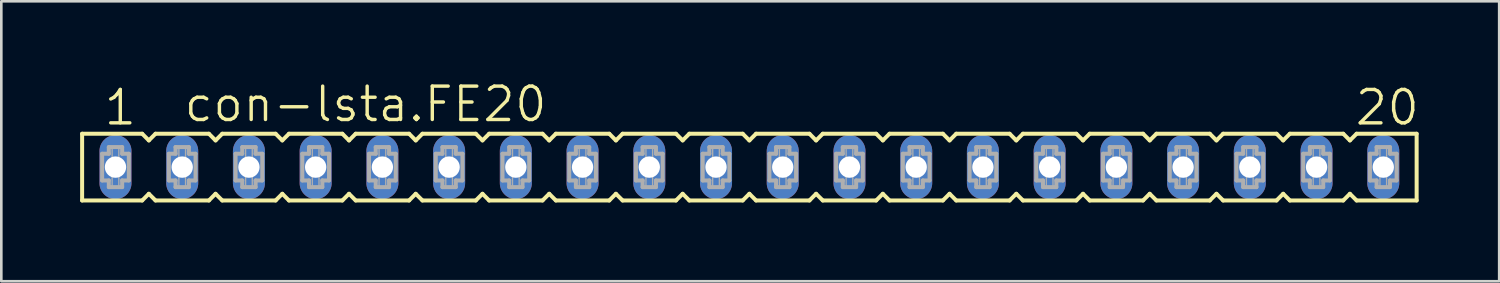
<source format=kicad_pcb>
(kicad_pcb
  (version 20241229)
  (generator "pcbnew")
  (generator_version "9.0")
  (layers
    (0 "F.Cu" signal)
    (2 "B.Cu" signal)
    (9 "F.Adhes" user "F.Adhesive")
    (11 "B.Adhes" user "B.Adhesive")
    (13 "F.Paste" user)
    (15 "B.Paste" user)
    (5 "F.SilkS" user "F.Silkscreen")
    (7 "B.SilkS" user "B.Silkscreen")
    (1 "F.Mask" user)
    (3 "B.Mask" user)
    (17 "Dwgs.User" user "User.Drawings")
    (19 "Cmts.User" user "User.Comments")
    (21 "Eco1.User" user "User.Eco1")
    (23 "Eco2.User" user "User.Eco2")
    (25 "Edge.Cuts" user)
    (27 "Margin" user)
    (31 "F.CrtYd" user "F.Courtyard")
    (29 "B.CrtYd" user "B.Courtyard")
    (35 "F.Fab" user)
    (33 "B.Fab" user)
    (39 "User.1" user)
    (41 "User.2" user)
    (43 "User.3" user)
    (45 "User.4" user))
  (footprint "con-lsta.FE20"
    (layer "F.Cu")
    (at 25.476 3.311)
    (property "Reference" "con-lsta.FE20" (at -21.59 -1.651 0) (layer "F.SilkS") (effects (font (size 1.27 1.27) (thickness 0.13)) (justify left bottom)))
    (attr through_hole)
    (fp_line (start -25.4 -1.27) (end -25.4 1.27) (stroke (width 0.152) (type default)) (layer "F.SilkS"))
    (fp_line (start -25.4 1.27) (end -23.114 1.27) (stroke (width 0.152) (type default)) (layer "F.SilkS"))
    (fp_line (start -23.114 -1.27) (end -25.4 -1.27) (stroke (width 0.152) (type default)) (layer "F.SilkS"))
    (fp_line (start -23.114 1.27) (end -22.86 1.016) (stroke (width 0.152) (type default)) (layer "F.SilkS"))
    (fp_line (start -22.86 -1.016) (end -23.114 -1.27) (stroke (width 0.152) (type default)) (layer "F.SilkS"))
    (fp_line (start -22.86 1.016) (end -22.606 1.27) (stroke (width 0.152) (type default)) (layer "F.SilkS"))
    (fp_line (start -22.606 -1.27) (end -22.86 -1.016) (stroke (width 0.152) (type default)) (layer "F.SilkS"))
    (fp_line (start -22.606 1.27) (end -20.574 1.27) (stroke (width 0.152) (type default)) (layer "F.SilkS"))
    (fp_line (start -20.574 -1.27) (end -22.606 -1.27) (stroke (width 0.152) (type default)) (layer "F.SilkS"))
    (fp_line (start -20.574 1.27) (end -20.32 1.016) (stroke (width 0.152) (type default)) (layer "F.SilkS"))
    (fp_line (start -20.32 -1.016) (end -20.574 -1.27) (stroke (width 0.152) (type default)) (layer "F.SilkS"))
    (fp_line (start -20.32 1.016) (end -20.066 1.27) (stroke (width 0.152) (type default)) (layer "F.SilkS"))
    (fp_line (start -20.066 -1.27) (end -20.32 -1.016) (stroke (width 0.152) (type default)) (layer "F.SilkS"))
    (fp_line (start -20.066 1.27) (end -18.034 1.27) (stroke (width 0.152) (type default)) (layer "F.SilkS"))
    (fp_line (start -18.034 -1.27) (end -20.066 -1.27) (stroke (width 0.152) (type default)) (layer "F.SilkS"))
    (fp_line (start -18.034 1.27) (end -17.78 1.016) (stroke (width 0.152) (type default)) (layer "F.SilkS"))
    (fp_line (start -17.78 -1.016) (end -18.034 -1.27) (stroke (width 0.152) (type default)) (layer "F.SilkS"))
    (fp_line (start -17.78 1.016) (end -17.526 1.27) (stroke (width 0.152) (type default)) (layer "F.SilkS"))
    (fp_line (start -17.526 -1.27) (end -17.78 -1.016) (stroke (width 0.152) (type default)) (layer "F.SilkS"))
    (fp_line (start -17.526 1.27) (end -15.494 1.27) (stroke (width 0.152) (type default)) (layer "F.SilkS"))
    (fp_line (start -15.494 -1.27) (end -17.526 -1.27) (stroke (width 0.152) (type default)) (layer "F.SilkS"))
    (fp_line (start -15.494 1.27) (end -15.24 1.016) (stroke (width 0.152) (type default)) (layer "F.SilkS"))
    (fp_line (start -15.24 -1.016) (end -15.494 -1.27) (stroke (width 0.152) (type default)) (layer "F.SilkS"))
    (fp_line (start -15.24 1.016) (end -14.986 1.27) (stroke (width 0.152) (type default)) (layer "F.SilkS"))
    (fp_line (start -14.986 -1.27) (end -15.24 -1.016) (stroke (width 0.152) (type default)) (layer "F.SilkS"))
    (fp_line (start -14.986 1.27) (end -12.954 1.27) (stroke (width 0.152) (type default)) (layer "F.SilkS"))
    (fp_line (start -12.954 -1.27) (end -14.986 -1.27) (stroke (width 0.152) (type default)) (layer "F.SilkS"))
    (fp_line (start -12.954 1.27) (end -12.7 1.016) (stroke (width 0.152) (type default)) (layer "F.SilkS"))
    (fp_line (start -12.7 -1.016) (end -12.954 -1.27) (stroke (width 0.152) (type default)) (layer "F.SilkS"))
    (fp_line (start -12.7 1.016) (end -12.446 1.27) (stroke (width 0.152) (type default)) (layer "F.SilkS"))
    (fp_line (start -12.446 -1.27) (end -12.7 -1.016) (stroke (width 0.152) (type default)) (layer "F.SilkS"))
    (fp_line (start -12.446 1.27) (end -10.414 1.27) (stroke (width 0.152) (type default)) (layer "F.SilkS"))
    (fp_line (start -10.414 -1.27) (end -12.446 -1.27) (stroke (width 0.152) (type default)) (layer "F.SilkS"))
    (fp_line (start -10.414 1.27) (end -10.16 1.016) (stroke (width 0.152) (type default)) (layer "F.SilkS"))
    (fp_line (start -10.16 -1.016) (end -10.414 -1.27) (stroke (width 0.152) (type default)) (layer "F.SilkS"))
    (fp_line (start -10.16 1.016) (end -9.906 1.27) (stroke (width 0.152) (type default)) (layer "F.SilkS"))
    (fp_line (start -9.906 -1.27) (end -10.16 -1.016) (stroke (width 0.152) (type default)) (layer "F.SilkS"))
    (fp_line (start -9.906 1.27) (end -7.874 1.27) (stroke (width 0.152) (type default)) (layer "F.SilkS"))
    (fp_line (start -7.874 -1.27) (end -9.906 -1.27) (stroke (width 0.152) (type default)) (layer "F.SilkS"))
    (fp_line (start -7.874 1.27) (end -7.62 1.016) (stroke (width 0.152) (type default)) (layer "F.SilkS"))
    (fp_line (start -7.62 -1.016) (end -7.874 -1.27) (stroke (width 0.152) (type default)) (layer "F.SilkS"))
    (fp_line (start -7.62 1.016) (end -7.366 1.27) (stroke (width 0.152) (type default)) (layer "F.SilkS"))
    (fp_line (start -7.366 -1.27) (end -7.62 -1.016) (stroke (width 0.152) (type default)) (layer "F.SilkS"))
    (fp_line (start -7.366 1.27) (end -5.334 1.27) (stroke (width 0.152) (type default)) (layer "F.SilkS"))
    (fp_line (start -5.334 -1.27) (end -7.366 -1.27) (stroke (width 0.152) (type default)) (layer "F.SilkS"))
    (fp_line (start -5.334 1.27) (end -5.08 1.016) (stroke (width 0.152) (type default)) (layer "F.SilkS"))
    (fp_line (start -5.08 -1.016) (end -5.334 -1.27) (stroke (width 0.152) (type default)) (layer "F.SilkS"))
    (fp_line (start -5.08 1.016) (end -4.826 1.27) (stroke (width 0.152) (type default)) (layer "F.SilkS"))
    (fp_line (start -4.826 -1.27) (end -5.08 -1.016) (stroke (width 0.152) (type default)) (layer "F.SilkS"))
    (fp_line (start -4.826 1.27) (end -2.794 1.27) (stroke (width 0.152) (type default)) (layer "F.SilkS"))
    (fp_line (start -2.794 -1.27) (end -4.826 -1.27) (stroke (width 0.152) (type default)) (layer "F.SilkS"))
    (fp_line (start -2.794 1.27) (end -2.54 1.016) (stroke (width 0.152) (type default)) (layer "F.SilkS"))
    (fp_line (start -2.54 -1.016) (end -2.794 -1.27) (stroke (width 0.152) (type default)) (layer "F.SilkS"))
    (fp_line (start -2.54 1.016) (end -2.286 1.27) (stroke (width 0.152) (type default)) (layer "F.SilkS"))
    (fp_line (start -2.286 -1.27) (end -2.54 -1.016) (stroke (width 0.152) (type default)) (layer "F.SilkS"))
    (fp_line (start -2.286 1.27) (end -0.254 1.27) (stroke (width 0.152) (type default)) (layer "F.SilkS"))
    (fp_line (start -0.254 -1.27) (end -2.286 -1.27) (stroke (width 0.152) (type default)) (layer "F.SilkS"))
    (fp_line (start -0.254 1.27) (end 0 1.016) (stroke (width 0.152) (type default)) (layer "F.SilkS"))
    (fp_line (start 0 -1.016) (end -0.254 -1.27) (stroke (width 0.152) (type default)) (layer "F.SilkS"))
    (fp_line (start 0 1.016) (end 0.254 1.27) (stroke (width 0.152) (type default)) (layer "F.SilkS"))
    (fp_line (start 0.254 -1.27) (end 0 -1.016) (stroke (width 0.152) (type default)) (layer "F.SilkS"))
    (fp_line (start 0.254 1.27) (end 2.286 1.27) (stroke (width 0.152) (type default)) (layer "F.SilkS"))
    (fp_line (start 2.286 -1.27) (end 0.254 -1.27) (stroke (width 0.152) (type default)) (layer "F.SilkS"))
    (fp_line (start 2.286 1.27) (end 2.54 1.016) (stroke (width 0.152) (type default)) (layer "F.SilkS"))
    (fp_line (start 2.54 -1.016) (end 2.286 -1.27) (stroke (width 0.152) (type default)) (layer "F.SilkS"))
    (fp_line (start 2.54 1.016) (end 2.794 1.27) (stroke (width 0.152) (type default)) (layer "F.SilkS"))
    (fp_line (start 2.794 -1.27) (end 2.54 -1.016) (stroke (width 0.152) (type default)) (layer "F.SilkS"))
    (fp_line (start 2.794 1.27) (end 4.826 1.27) (stroke (width 0.152) (type default)) (layer "F.SilkS"))
    (fp_line (start 4.826 -1.27) (end 2.794 -1.27) (stroke (width 0.152) (type default)) (layer "F.SilkS"))
    (fp_line (start 4.826 1.27) (end 5.08 1.016) (stroke (width 0.152) (type default)) (layer "F.SilkS"))
    (fp_line (start 5.08 -1.016) (end 4.826 -1.27) (stroke (width 0.152) (type default)) (layer "F.SilkS"))
    (fp_line (start 5.08 1.016) (end 5.334 1.27) (stroke (width 0.152) (type default)) (layer "F.SilkS"))
    (fp_line (start 5.334 -1.27) (end 5.08 -1.016) (stroke (width 0.152) (type default)) (layer "F.SilkS"))
    (fp_line (start 5.334 1.27) (end 7.366 1.27) (stroke (width 0.152) (type default)) (layer "F.SilkS"))
    (fp_line (start 7.366 -1.27) (end 5.334 -1.27) (stroke (width 0.152) (type default)) (layer "F.SilkS"))
    (fp_line (start 7.366 1.27) (end 7.62 1.016) (stroke (width 0.152) (type default)) (layer "F.SilkS"))
    (fp_line (start 7.62 -1.016) (end 7.366 -1.27) (stroke (width 0.152) (type default)) (layer "F.SilkS"))
    (fp_line (start 7.62 1.016) (end 7.874 1.27) (stroke (width 0.152) (type default)) (layer "F.SilkS"))
    (fp_line (start 7.874 -1.27) (end 7.62 -1.016) (stroke (width 0.152) (type default)) (layer "F.SilkS"))
    (fp_line (start 7.874 1.27) (end 9.906 1.27) (stroke (width 0.152) (type default)) (layer "F.SilkS"))
    (fp_line (start 9.906 -1.27) (end 7.874 -1.27) (stroke (width 0.152) (type default)) (layer "F.SilkS"))
    (fp_line (start 9.906 1.27) (end 10.16 1.016) (stroke (width 0.152) (type default)) (layer "F.SilkS"))
    (fp_line (start 10.16 -1.016) (end 9.906 -1.27) (stroke (width 0.152) (type default)) (layer "F.SilkS"))
    (fp_line (start 10.16 1.016) (end 10.414 1.27) (stroke (width 0.152) (type default)) (layer "F.SilkS"))
    (fp_line (start 10.414 -1.27) (end 10.16 -1.016) (stroke (width 0.152) (type default)) (layer "F.SilkS"))
    (fp_line (start 10.414 1.27) (end 12.446 1.27) (stroke (width 0.152) (type default)) (layer "F.SilkS"))
    (fp_line (start 12.446 -1.27) (end 10.414 -1.27) (stroke (width 0.152) (type default)) (layer "F.SilkS"))
    (fp_line (start 12.446 1.27) (end 12.7 1.016) (stroke (width 0.152) (type default)) (layer "F.SilkS"))
    (fp_line (start 12.7 -1.016) (end 12.446 -1.27) (stroke (width 0.152) (type default)) (layer "F.SilkS"))
    (fp_line (start 12.7 1.016) (end 12.954 1.27) (stroke (width 0.152) (type default)) (layer "F.SilkS"))
    (fp_line (start 12.954 -1.27) (end 12.7 -1.016) (stroke (width 0.152) (type default)) (layer "F.SilkS"))
    (fp_line (start 12.954 1.27) (end 14.986 1.27) (stroke (width 0.152) (type default)) (layer "F.SilkS"))
    (fp_line (start 14.986 -1.27) (end 12.954 -1.27) (stroke (width 0.152) (type default)) (layer "F.SilkS"))
    (fp_line (start 14.986 1.27) (end 15.24 1.016) (stroke (width 0.152) (type default)) (layer "F.SilkS"))
    (fp_line (start 15.24 -1.016) (end 14.986 -1.27) (stroke (width 0.152) (type default)) (layer "F.SilkS"))
    (fp_line (start 15.24 1.016) (end 15.494 1.27) (stroke (width 0.152) (type default)) (layer "F.SilkS"))
    (fp_line (start 15.494 -1.27) (end 15.24 -1.016) (stroke (width 0.152) (type default)) (layer "F.SilkS"))
    (fp_line (start 15.494 1.27) (end 17.526 1.27) (stroke (width 0.152) (type default)) (layer "F.SilkS"))
    (fp_line (start 17.526 -1.27) (end 15.494 -1.27) (stroke (width 0.152) (type default)) (layer "F.SilkS"))
    (fp_line (start 17.526 1.27) (end 17.78 1.016) (stroke (width 0.152) (type default)) (layer "F.SilkS"))
    (fp_line (start 17.78 -1.016) (end 17.526 -1.27) (stroke (width 0.152) (type default)) (layer "F.SilkS"))
    (fp_line (start 17.78 1.016) (end 18.034 1.27) (stroke (width 0.152) (type default)) (layer "F.SilkS"))
    (fp_line (start 18.034 -1.27) (end 17.78 -1.016) (stroke (width 0.152) (type default)) (layer "F.SilkS"))
    (fp_line (start 18.034 1.27) (end 20.066 1.27) (stroke (width 0.152) (type default)) (layer "F.SilkS"))
    (fp_line (start 20.066 -1.27) (end 18.034 -1.27) (stroke (width 0.152) (type default)) (layer "F.SilkS"))
    (fp_line (start 20.066 1.27) (end 20.32 1.016) (stroke (width 0.152) (type default)) (layer "F.SilkS"))
    (fp_line (start 20.32 -1.016) (end 20.066 -1.27) (stroke (width 0.152) (type default)) (layer "F.SilkS"))
    (fp_line (start 20.32 1.016) (end 20.574 1.27) (stroke (width 0.152) (type default)) (layer "F.SilkS"))
    (fp_line (start 20.574 -1.27) (end 20.32 -1.016) (stroke (width 0.152) (type default)) (layer "F.SilkS"))
    (fp_line (start 20.574 1.27) (end 22.606 1.27) (stroke (width 0.152) (type default)) (layer "F.SilkS"))
    (fp_line (start 22.606 -1.27) (end 20.574 -1.27) (stroke (width 0.152) (type default)) (layer "F.SilkS"))
    (fp_line (start 22.606 1.27) (end 22.86 1.016) (stroke (width 0.152) (type default)) (layer "F.SilkS"))
    (fp_line (start 22.86 -1.016) (end 22.606 -1.27) (stroke (width 0.152) (type default)) (layer "F.SilkS"))
    (fp_line (start 22.86 1.016) (end 23.114 1.27) (stroke (width 0.152) (type default)) (layer "F.SilkS"))
    (fp_line (start 23.114 -1.27) (end 22.86 -1.016) (stroke (width 0.152) (type default)) (layer "F.SilkS"))
    (fp_line (start 23.114 1.27) (end 25.4 1.27) (stroke (width 0.152) (type default)) (layer "F.SilkS"))
    (fp_line (start 25.4 -1.27) (end 23.114 -1.27) (stroke (width 0.152) (type default)) (layer "F.SilkS"))
    (fp_line (start 25.4 -1.27) (end 25.4 1.27) (stroke (width 0.152) (type default)) (layer "F.SilkS"))
    (fp_line (start -24.638 -0.508) (end -24.638 0.508) (stroke (width 0.152) (type default)) (layer "F.Fab"))
    (fp_line (start -24.638 0.508) (end -24.384 0.508) (stroke (width 0.152) (type default)) (layer "F.Fab"))
    (fp_line (start -24.384 -0.762) (end -24.384 -0.508) (stroke (width 0.152) (type default)) (layer "F.Fab"))
    (fp_line (start -24.384 -0.508) (end -24.638 -0.508) (stroke (width 0.152) (type default)) (layer "F.Fab"))
    (fp_line (start -24.384 0.508) (end -24.384 0.762) (stroke (width 0.152) (type default)) (layer "F.Fab"))
    (fp_line (start -24.384 0.762) (end -23.876 0.762) (stroke (width 0.152) (type default)) (layer "F.Fab"))
    (fp_line (start -23.876 -0.762) (end -24.384 -0.762) (stroke (width 0.152) (type default)) (layer "F.Fab"))
    (fp_line (start -23.876 -0.508) (end -23.876 -0.762) (stroke (width 0.152) (type default)) (layer "F.Fab"))
    (fp_line (start -23.876 0.508) (end -23.622 0.508) (stroke (width 0.152) (type default)) (layer "F.Fab"))
    (fp_line (start -23.876 0.762) (end -23.876 0.508) (stroke (width 0.152) (type default)) (layer "F.Fab"))
    (fp_line (start -23.622 -0.508) (end -23.876 -0.508) (stroke (width 0.152) (type default)) (layer "F.Fab"))
    (fp_line (start -23.622 0.508) (end -23.622 -0.508) (stroke (width 0.152) (type default)) (layer "F.Fab"))
    (fp_line (start -22.098 -0.508) (end -22.098 0.508) (stroke (width 0.152) (type default)) (layer "F.Fab"))
    (fp_line (start -22.098 0.508) (end -21.844 0.508) (stroke (width 0.152) (type default)) (layer "F.Fab"))
    (fp_line (start -21.844 -0.762) (end -21.844 -0.508) (stroke (width 0.152) (type default)) (layer "F.Fab"))
    (fp_line (start -21.844 -0.508) (end -22.098 -0.508) (stroke (width 0.152) (type default)) (layer "F.Fab"))
    (fp_line (start -21.844 0.508) (end -21.844 0.762) (stroke (width 0.152) (type default)) (layer "F.Fab"))
    (fp_line (start -21.844 0.762) (end -21.336 0.762) (stroke (width 0.152) (type default)) (layer "F.Fab"))
    (fp_line (start -21.336 -0.762) (end -21.844 -0.762) (stroke (width 0.152) (type default)) (layer "F.Fab"))
    (fp_line (start -21.336 -0.508) (end -21.336 -0.762) (stroke (width 0.152) (type default)) (layer "F.Fab"))
    (fp_line (start -21.336 0.508) (end -21.082 0.508) (stroke (width 0.152) (type default)) (layer "F.Fab"))
    (fp_line (start -21.336 0.762) (end -21.336 0.508) (stroke (width 0.152) (type default)) (layer "F.Fab"))
    (fp_line (start -21.082 -0.508) (end -21.336 -0.508) (stroke (width 0.152) (type default)) (layer "F.Fab"))
    (fp_line (start -21.082 0.508) (end -21.082 -0.508) (stroke (width 0.152) (type default)) (layer "F.Fab"))
    (fp_line (start -19.558 -0.508) (end -19.558 0.508) (stroke (width 0.152) (type default)) (layer "F.Fab"))
    (fp_line (start -19.558 0.508) (end -19.304 0.508) (stroke (width 0.152) (type default)) (layer "F.Fab"))
    (fp_line (start -19.304 -0.762) (end -19.304 -0.508) (stroke (width 0.152) (type default)) (layer "F.Fab"))
    (fp_line (start -19.304 -0.508) (end -19.558 -0.508) (stroke (width 0.152) (type default)) (layer "F.Fab"))
    (fp_line (start -19.304 0.508) (end -19.304 0.762) (stroke (width 0.152) (type default)) (layer "F.Fab"))
    (fp_line (start -19.304 0.762) (end -18.796 0.762) (stroke (width 0.152) (type default)) (layer "F.Fab"))
    (fp_line (start -18.796 -0.762) (end -19.304 -0.762) (stroke (width 0.152) (type default)) (layer "F.Fab"))
    (fp_line (start -18.796 -0.508) (end -18.796 -0.762) (stroke (width 0.152) (type default)) (layer "F.Fab"))
    (fp_line (start -18.796 0.508) (end -18.542 0.508) (stroke (width 0.152) (type default)) (layer "F.Fab"))
    (fp_line (start -18.796 0.762) (end -18.796 0.508) (stroke (width 0.152) (type default)) (layer "F.Fab"))
    (fp_line (start -18.542 -0.508) (end -18.796 -0.508) (stroke (width 0.152) (type default)) (layer "F.Fab"))
    (fp_line (start -18.542 0.508) (end -18.542 -0.508) (stroke (width 0.152) (type default)) (layer "F.Fab"))
    (fp_line (start -17.018 -0.508) (end -17.018 0.508) (stroke (width 0.152) (type default)) (layer "F.Fab"))
    (fp_line (start -17.018 0.508) (end -16.764 0.508) (stroke (width 0.152) (type default)) (layer "F.Fab"))
    (fp_line (start -16.764 -0.762) (end -16.764 -0.508) (stroke (width 0.152) (type default)) (layer "F.Fab"))
    (fp_line (start -16.764 -0.508) (end -17.018 -0.508) (stroke (width 0.152) (type default)) (layer "F.Fab"))
    (fp_line (start -16.764 0.508) (end -16.764 0.762) (stroke (width 0.152) (type default)) (layer "F.Fab"))
    (fp_line (start -16.764 0.762) (end -16.256 0.762) (stroke (width 0.152) (type default)) (layer "F.Fab"))
    (fp_line (start -16.256 -0.762) (end -16.764 -0.762) (stroke (width 0.152) (type default)) (layer "F.Fab"))
    (fp_line (start -16.256 -0.508) (end -16.256 -0.762) (stroke (width 0.152) (type default)) (layer "F.Fab"))
    (fp_line (start -16.256 0.508) (end -16.002 0.508) (stroke (width 0.152) (type default)) (layer "F.Fab"))
    (fp_line (start -16.256 0.762) (end -16.256 0.508) (stroke (width 0.152) (type default)) (layer "F.Fab"))
    (fp_line (start -16.002 -0.508) (end -16.256 -0.508) (stroke (width 0.152) (type default)) (layer "F.Fab"))
    (fp_line (start -16.002 0.508) (end -16.002 -0.508) (stroke (width 0.152) (type default)) (layer "F.Fab"))
    (fp_line (start -14.478 -0.508) (end -14.478 0.508) (stroke (width 0.152) (type default)) (layer "F.Fab"))
    (fp_line (start -14.478 0.508) (end -14.224 0.508) (stroke (width 0.152) (type default)) (layer "F.Fab"))
    (fp_line (start -14.224 -0.762) (end -14.224 -0.508) (stroke (width 0.152) (type default)) (layer "F.Fab"))
    (fp_line (start -14.224 -0.508) (end -14.478 -0.508) (stroke (width 0.152) (type default)) (layer "F.Fab"))
    (fp_line (start -14.224 0.508) (end -14.224 0.762) (stroke (width 0.152) (type default)) (layer "F.Fab"))
    (fp_line (start -14.224 0.762) (end -13.716 0.762) (stroke (width 0.152) (type default)) (layer "F.Fab"))
    (fp_line (start -13.716 -0.762) (end -14.224 -0.762) (stroke (width 0.152) (type default)) (layer "F.Fab"))
    (fp_line (start -13.716 -0.508) (end -13.716 -0.762) (stroke (width 0.152) (type default)) (layer "F.Fab"))
    (fp_line (start -13.716 0.508) (end -13.462 0.508) (stroke (width 0.152) (type default)) (layer "F.Fab"))
    (fp_line (start -13.716 0.762) (end -13.716 0.508) (stroke (width 0.152) (type default)) (layer "F.Fab"))
    (fp_line (start -13.462 -0.508) (end -13.716 -0.508) (stroke (width 0.152) (type default)) (layer "F.Fab"))
    (fp_line (start -13.462 0.508) (end -13.462 -0.508) (stroke (width 0.152) (type default)) (layer "F.Fab"))
    (fp_line (start -11.938 -0.508) (end -11.938 0.508) (stroke (width 0.152) (type default)) (layer "F.Fab"))
    (fp_line (start -11.938 0.508) (end -11.684 0.508) (stroke (width 0.152) (type default)) (layer "F.Fab"))
    (fp_line (start -11.684 -0.762) (end -11.684 -0.508) (stroke (width 0.152) (type default)) (layer "F.Fab"))
    (fp_line (start -11.684 -0.508) (end -11.938 -0.508) (stroke (width 0.152) (type default)) (layer "F.Fab"))
    (fp_line (start -11.684 0.508) (end -11.684 0.762) (stroke (width 0.152) (type default)) (layer "F.Fab"))
    (fp_line (start -11.684 0.762) (end -11.176 0.762) (stroke (width 0.152) (type default)) (layer "F.Fab"))
    (fp_line (start -11.176 -0.762) (end -11.684 -0.762) (stroke (width 0.152) (type default)) (layer "F.Fab"))
    (fp_line (start -11.176 -0.508) (end -11.176 -0.762) (stroke (width 0.152) (type default)) (layer "F.Fab"))
    (fp_line (start -11.176 0.508) (end -10.922 0.508) (stroke (width 0.152) (type default)) (layer "F.Fab"))
    (fp_line (start -11.176 0.762) (end -11.176 0.508) (stroke (width 0.152) (type default)) (layer "F.Fab"))
    (fp_line (start -10.922 -0.508) (end -11.176 -0.508) (stroke (width 0.152) (type default)) (layer "F.Fab"))
    (fp_line (start -10.922 0.508) (end -10.922 -0.508) (stroke (width 0.152) (type default)) (layer "F.Fab"))
    (fp_line (start -9.398 -0.508) (end -9.398 0.508) (stroke (width 0.152) (type default)) (layer "F.Fab"))
    (fp_line (start -9.398 0.508) (end -9.144 0.508) (stroke (width 0.152) (type default)) (layer "F.Fab"))
    (fp_line (start -9.144 -0.762) (end -9.144 -0.508) (stroke (width 0.152) (type default)) (layer "F.Fab"))
    (fp_line (start -9.144 -0.508) (end -9.398 -0.508) (stroke (width 0.152) (type default)) (layer "F.Fab"))
    (fp_line (start -9.144 0.508) (end -9.144 0.762) (stroke (width 0.152) (type default)) (layer "F.Fab"))
    (fp_line (start -9.144 0.762) (end -8.636 0.762) (stroke (width 0.152) (type default)) (layer "F.Fab"))
    (fp_line (start -8.636 -0.762) (end -9.144 -0.762) (stroke (width 0.152) (type default)) (layer "F.Fab"))
    (fp_line (start -8.636 -0.508) (end -8.636 -0.762) (stroke (width 0.152) (type default)) (layer "F.Fab"))
    (fp_line (start -8.636 0.508) (end -8.382 0.508) (stroke (width 0.152) (type default)) (layer "F.Fab"))
    (fp_line (start -8.636 0.762) (end -8.636 0.508) (stroke (width 0.152) (type default)) (layer "F.Fab"))
    (fp_line (start -8.382 -0.508) (end -8.636 -0.508) (stroke (width 0.152) (type default)) (layer "F.Fab"))
    (fp_line (start -8.382 0.508) (end -8.382 -0.508) (stroke (width 0.152) (type default)) (layer "F.Fab"))
    (fp_line (start -6.858 -0.508) (end -6.858 0.508) (stroke (width 0.152) (type default)) (layer "F.Fab"))
    (fp_line (start -6.858 0.508) (end -6.604 0.508) (stroke (width 0.152) (type default)) (layer "F.Fab"))
    (fp_line (start -6.604 -0.762) (end -6.604 -0.508) (stroke (width 0.152) (type default)) (layer "F.Fab"))
    (fp_line (start -6.604 -0.508) (end -6.858 -0.508) (stroke (width 0.152) (type default)) (layer "F.Fab"))
    (fp_line (start -6.604 0.508) (end -6.604 0.762) (stroke (width 0.152) (type default)) (layer "F.Fab"))
    (fp_line (start -6.604 0.762) (end -6.096 0.762) (stroke (width 0.152) (type default)) (layer "F.Fab"))
    (fp_line (start -6.096 -0.762) (end -6.604 -0.762) (stroke (width 0.152) (type default)) (layer "F.Fab"))
    (fp_line (start -6.096 -0.508) (end -6.096 -0.762) (stroke (width 0.152) (type default)) (layer "F.Fab"))
    (fp_line (start -6.096 0.508) (end -5.842 0.508) (stroke (width 0.152) (type default)) (layer "F.Fab"))
    (fp_line (start -6.096 0.762) (end -6.096 0.508) (stroke (width 0.152) (type default)) (layer "F.Fab"))
    (fp_line (start -5.842 -0.508) (end -6.096 -0.508) (stroke (width 0.152) (type default)) (layer "F.Fab"))
    (fp_line (start -5.842 0.508) (end -5.842 -0.508) (stroke (width 0.152) (type default)) (layer "F.Fab"))
    (fp_line (start -4.318 -0.508) (end -4.318 0.508) (stroke (width 0.152) (type default)) (layer "F.Fab"))
    (fp_line (start -4.318 0.508) (end -4.064 0.508) (stroke (width 0.152) (type default)) (layer "F.Fab"))
    (fp_line (start -4.064 -0.762) (end -4.064 -0.508) (stroke (width 0.152) (type default)) (layer "F.Fab"))
    (fp_line (start -4.064 -0.508) (end -4.318 -0.508) (stroke (width 0.152) (type default)) (layer "F.Fab"))
    (fp_line (start -4.064 0.508) (end -4.064 0.762) (stroke (width 0.152) (type default)) (layer "F.Fab"))
    (fp_line (start -4.064 0.762) (end -3.556 0.762) (stroke (width 0.152) (type default)) (layer "F.Fab"))
    (fp_line (start -3.556 -0.762) (end -4.064 -0.762) (stroke (width 0.152) (type default)) (layer "F.Fab"))
    (fp_line (start -3.556 -0.508) (end -3.556 -0.762) (stroke (width 0.152) (type default)) (layer "F.Fab"))
    (fp_line (start -3.556 0.508) (end -3.302 0.508) (stroke (width 0.152) (type default)) (layer "F.Fab"))
    (fp_line (start -3.556 0.762) (end -3.556 0.508) (stroke (width 0.152) (type default)) (layer "F.Fab"))
    (fp_line (start -3.302 -0.508) (end -3.556 -0.508) (stroke (width 0.152) (type default)) (layer "F.Fab"))
    (fp_line (start -3.302 0.508) (end -3.302 -0.508) (stroke (width 0.152) (type default)) (layer "F.Fab"))
    (fp_line (start -1.778 -0.508) (end -1.778 0.508) (stroke (width 0.152) (type default)) (layer "F.Fab"))
    (fp_line (start -1.778 0.508) (end -1.524 0.508) (stroke (width 0.152) (type default)) (layer "F.Fab"))
    (fp_line (start -1.524 -0.762) (end -1.524 -0.508) (stroke (width 0.152) (type default)) (layer "F.Fab"))
    (fp_line (start -1.524 -0.508) (end -1.778 -0.508) (stroke (width 0.152) (type default)) (layer "F.Fab"))
    (fp_line (start -1.524 0.508) (end -1.524 0.762) (stroke (width 0.152) (type default)) (layer "F.Fab"))
    (fp_line (start -1.524 0.762) (end -1.016 0.762) (stroke (width 0.152) (type default)) (layer "F.Fab"))
    (fp_line (start -1.016 -0.762) (end -1.524 -0.762) (stroke (width 0.152) (type default)) (layer "F.Fab"))
    (fp_line (start -1.016 -0.508) (end -1.016 -0.762) (stroke (width 0.152) (type default)) (layer "F.Fab"))
    (fp_line (start -1.016 0.508) (end -0.762 0.508) (stroke (width 0.152) (type default)) (layer "F.Fab"))
    (fp_line (start -1.016 0.762) (end -1.016 0.508) (stroke (width 0.152) (type default)) (layer "F.Fab"))
    (fp_line (start -0.762 -0.508) (end -1.016 -0.508) (stroke (width 0.152) (type default)) (layer "F.Fab"))
    (fp_line (start -0.762 0.508) (end -0.762 -0.508) (stroke (width 0.152) (type default)) (layer "F.Fab"))
    (fp_line (start 0.762 -0.508) (end 0.762 0.508) (stroke (width 0.152) (type default)) (layer "F.Fab"))
    (fp_line (start 0.762 0.508) (end 1.016 0.508) (stroke (width 0.152) (type default)) (layer "F.Fab"))
    (fp_line (start 1.016 -0.762) (end 1.016 -0.508) (stroke (width 0.152) (type default)) (layer "F.Fab"))
    (fp_line (start 1.016 -0.508) (end 0.762 -0.508) (stroke (width 0.152) (type default)) (layer "F.Fab"))
    (fp_line (start 1.016 0.508) (end 1.016 0.762) (stroke (width 0.152) (type default)) (layer "F.Fab"))
    (fp_line (start 1.016 0.762) (end 1.524 0.762) (stroke (width 0.152) (type default)) (layer "F.Fab"))
    (fp_line (start 1.524 -0.762) (end 1.016 -0.762) (stroke (width 0.152) (type default)) (layer "F.Fab"))
    (fp_line (start 1.524 -0.508) (end 1.524 -0.762) (stroke (width 0.152) (type default)) (layer "F.Fab"))
    (fp_line (start 1.524 0.508) (end 1.778 0.508) (stroke (width 0.152) (type default)) (layer "F.Fab"))
    (fp_line (start 1.524 0.762) (end 1.524 0.508) (stroke (width 0.152) (type default)) (layer "F.Fab"))
    (fp_line (start 1.778 -0.508) (end 1.524 -0.508) (stroke (width 0.152) (type default)) (layer "F.Fab"))
    (fp_line (start 1.778 0.508) (end 1.778 -0.508) (stroke (width 0.152) (type default)) (layer "F.Fab"))
    (fp_line (start 3.302 -0.508) (end 3.302 0.508) (stroke (width 0.152) (type default)) (layer "F.Fab"))
    (fp_line (start 3.302 0.508) (end 3.556 0.508) (stroke (width 0.152) (type default)) (layer "F.Fab"))
    (fp_line (start 3.556 -0.762) (end 3.556 -0.508) (stroke (width 0.152) (type default)) (layer "F.Fab"))
    (fp_line (start 3.556 -0.508) (end 3.302 -0.508) (stroke (width 0.152) (type default)) (layer "F.Fab"))
    (fp_line (start 3.556 0.508) (end 3.556 0.762) (stroke (width 0.152) (type default)) (layer "F.Fab"))
    (fp_line (start 3.556 0.762) (end 4.064 0.762) (stroke (width 0.152) (type default)) (layer "F.Fab"))
    (fp_line (start 4.064 -0.762) (end 3.556 -0.762) (stroke (width 0.152) (type default)) (layer "F.Fab"))
    (fp_line (start 4.064 -0.508) (end 4.064 -0.762) (stroke (width 0.152) (type default)) (layer "F.Fab"))
    (fp_line (start 4.064 0.508) (end 4.318 0.508) (stroke (width 0.152) (type default)) (layer "F.Fab"))
    (fp_line (start 4.064 0.762) (end 4.064 0.508) (stroke (width 0.152) (type default)) (layer "F.Fab"))
    (fp_line (start 4.318 -0.508) (end 4.064 -0.508) (stroke (width 0.152) (type default)) (layer "F.Fab"))
    (fp_line (start 4.318 0.508) (end 4.318 -0.508) (stroke (width 0.152) (type default)) (layer "F.Fab"))
    (fp_line (start 5.842 -0.508) (end 5.842 0.508) (stroke (width 0.152) (type default)) (layer "F.Fab"))
    (fp_line (start 5.842 0.508) (end 6.096 0.508) (stroke (width 0.152) (type default)) (layer "F.Fab"))
    (fp_line (start 6.096 -0.762) (end 6.096 -0.508) (stroke (width 0.152) (type default)) (layer "F.Fab"))
    (fp_line (start 6.096 -0.508) (end 5.842 -0.508) (stroke (width 0.152) (type default)) (layer "F.Fab"))
    (fp_line (start 6.096 0.508) (end 6.096 0.762) (stroke (width 0.152) (type default)) (layer "F.Fab"))
    (fp_line (start 6.096 0.762) (end 6.604 0.762) (stroke (width 0.152) (type default)) (layer "F.Fab"))
    (fp_line (start 6.604 -0.762) (end 6.096 -0.762) (stroke (width 0.152) (type default)) (layer "F.Fab"))
    (fp_line (start 6.604 -0.508) (end 6.604 -0.762) (stroke (width 0.152) (type default)) (layer "F.Fab"))
    (fp_line (start 6.604 0.508) (end 6.858 0.508) (stroke (width 0.152) (type default)) (layer "F.Fab"))
    (fp_line (start 6.604 0.762) (end 6.604 0.508) (stroke (width 0.152) (type default)) (layer "F.Fab"))
    (fp_line (start 6.858 -0.508) (end 6.604 -0.508) (stroke (width 0.152) (type default)) (layer "F.Fab"))
    (fp_line (start 6.858 0.508) (end 6.858 -0.508) (stroke (width 0.152) (type default)) (layer "F.Fab"))
    (fp_line (start 8.382 -0.508) (end 8.382 0.508) (stroke (width 0.152) (type default)) (layer "F.Fab"))
    (fp_line (start 8.382 0.508) (end 8.636 0.508) (stroke (width 0.152) (type default)) (layer "F.Fab"))
    (fp_line (start 8.636 -0.762) (end 8.636 -0.508) (stroke (width 0.152) (type default)) (layer "F.Fab"))
    (fp_line (start 8.636 -0.508) (end 8.382 -0.508) (stroke (width 0.152) (type default)) (layer "F.Fab"))
    (fp_line (start 8.636 0.508) (end 8.636 0.762) (stroke (width 0.152) (type default)) (layer "F.Fab"))
    (fp_line (start 8.636 0.762) (end 9.144 0.762) (stroke (width 0.152) (type default)) (layer "F.Fab"))
    (fp_line (start 9.144 -0.762) (end 8.636 -0.762) (stroke (width 0.152) (type default)) (layer "F.Fab"))
    (fp_line (start 9.144 -0.508) (end 9.144 -0.762) (stroke (width 0.152) (type default)) (layer "F.Fab"))
    (fp_line (start 9.144 0.508) (end 9.398 0.508) (stroke (width 0.152) (type default)) (layer "F.Fab"))
    (fp_line (start 9.144 0.762) (end 9.144 0.508) (stroke (width 0.152) (type default)) (layer "F.Fab"))
    (fp_line (start 9.398 -0.508) (end 9.144 -0.508) (stroke (width 0.152) (type default)) (layer "F.Fab"))
    (fp_line (start 9.398 0.508) (end 9.398 -0.508) (stroke (width 0.152) (type default)) (layer "F.Fab"))
    (fp_line (start 10.922 -0.508) (end 10.922 0.508) (stroke (width 0.152) (type default)) (layer "F.Fab"))
    (fp_line (start 10.922 0.508) (end 11.176 0.508) (stroke (width 0.152) (type default)) (layer "F.Fab"))
    (fp_line (start 11.176 -0.762) (end 11.176 -0.508) (stroke (width 0.152) (type default)) (layer "F.Fab"))
    (fp_line (start 11.176 -0.508) (end 10.922 -0.508) (stroke (width 0.152) (type default)) (layer "F.Fab"))
    (fp_line (start 11.176 0.508) (end 11.176 0.762) (stroke (width 0.152) (type default)) (layer "F.Fab"))
    (fp_line (start 11.176 0.762) (end 11.684 0.762) (stroke (width 0.152) (type default)) (layer "F.Fab"))
    (fp_line (start 11.684 -0.762) (end 11.176 -0.762) (stroke (width 0.152) (type default)) (layer "F.Fab"))
    (fp_line (start 11.684 -0.508) (end 11.684 -0.762) (stroke (width 0.152) (type default)) (layer "F.Fab"))
    (fp_line (start 11.684 0.508) (end 11.938 0.508) (stroke (width 0.152) (type default)) (layer "F.Fab"))
    (fp_line (start 11.684 0.762) (end 11.684 0.508) (stroke (width 0.152) (type default)) (layer "F.Fab"))
    (fp_line (start 11.938 -0.508) (end 11.684 -0.508) (stroke (width 0.152) (type default)) (layer "F.Fab"))
    (fp_line (start 11.938 0.508) (end 11.938 -0.508) (stroke (width 0.152) (type default)) (layer "F.Fab"))
    (fp_line (start 13.462 -0.508) (end 13.462 0.508) (stroke (width 0.152) (type default)) (layer "F.Fab"))
    (fp_line (start 13.462 0.508) (end 13.716 0.508) (stroke (width 0.152) (type default)) (layer "F.Fab"))
    (fp_line (start 13.716 -0.762) (end 13.716 -0.508) (stroke (width 0.152) (type default)) (layer "F.Fab"))
    (fp_line (start 13.716 -0.508) (end 13.462 -0.508) (stroke (width 0.152) (type default)) (layer "F.Fab"))
    (fp_line (start 13.716 0.508) (end 13.716 0.762) (stroke (width 0.152) (type default)) (layer "F.Fab"))
    (fp_line (start 13.716 0.762) (end 14.224 0.762) (stroke (width 0.152) (type default)) (layer "F.Fab"))
    (fp_line (start 14.224 -0.762) (end 13.716 -0.762) (stroke (width 0.152) (type default)) (layer "F.Fab"))
    (fp_line (start 14.224 -0.508) (end 14.224 -0.762) (stroke (width 0.152) (type default)) (layer "F.Fab"))
    (fp_line (start 14.224 0.508) (end 14.478 0.508) (stroke (width 0.152) (type default)) (layer "F.Fab"))
    (fp_line (start 14.224 0.762) (end 14.224 0.508) (stroke (width 0.152) (type default)) (layer "F.Fab"))
    (fp_line (start 14.478 -0.508) (end 14.224 -0.508) (stroke (width 0.152) (type default)) (layer "F.Fab"))
    (fp_line (start 14.478 0.508) (end 14.478 -0.508) (stroke (width 0.152) (type default)) (layer "F.Fab"))
    (fp_line (start 16.002 -0.508) (end 16.002 0.508) (stroke (width 0.152) (type default)) (layer "F.Fab"))
    (fp_line (start 16.002 0.508) (end 16.256 0.508) (stroke (width 0.152) (type default)) (layer "F.Fab"))
    (fp_line (start 16.256 -0.762) (end 16.256 -0.508) (stroke (width 0.152) (type default)) (layer "F.Fab"))
    (fp_line (start 16.256 -0.508) (end 16.002 -0.508) (stroke (width 0.152) (type default)) (layer "F.Fab"))
    (fp_line (start 16.256 0.508) (end 16.256 0.762) (stroke (width 0.152) (type default)) (layer "F.Fab"))
    (fp_line (start 16.256 0.762) (end 16.764 0.762) (stroke (width 0.152) (type default)) (layer "F.Fab"))
    (fp_line (start 16.764 -0.762) (end 16.256 -0.762) (stroke (width 0.152) (type default)) (layer "F.Fab"))
    (fp_line (start 16.764 -0.508) (end 16.764 -0.762) (stroke (width 0.152) (type default)) (layer "F.Fab"))
    (fp_line (start 16.764 0.508) (end 17.018 0.508) (stroke (width 0.152) (type default)) (layer "F.Fab"))
    (fp_line (start 16.764 0.762) (end 16.764 0.508) (stroke (width 0.152) (type default)) (layer "F.Fab"))
    (fp_line (start 17.018 -0.508) (end 16.764 -0.508) (stroke (width 0.152) (type default)) (layer "F.Fab"))
    (fp_line (start 17.018 0.508) (end 17.018 -0.508) (stroke (width 0.152) (type default)) (layer "F.Fab"))
    (fp_line (start 18.542 -0.508) (end 18.542 0.508) (stroke (width 0.152) (type default)) (layer "F.Fab"))
    (fp_line (start 18.542 0.508) (end 18.796 0.508) (stroke (width 0.152) (type default)) (layer "F.Fab"))
    (fp_line (start 18.796 -0.762) (end 18.796 -0.508) (stroke (width 0.152) (type default)) (layer "F.Fab"))
    (fp_line (start 18.796 -0.508) (end 18.542 -0.508) (stroke (width 0.152) (type default)) (layer "F.Fab"))
    (fp_line (start 18.796 0.508) (end 18.796 0.762) (stroke (width 0.152) (type default)) (layer "F.Fab"))
    (fp_line (start 18.796 0.762) (end 19.304 0.762) (stroke (width 0.152) (type default)) (layer "F.Fab"))
    (fp_line (start 19.304 -0.762) (end 18.796 -0.762) (stroke (width 0.152) (type default)) (layer "F.Fab"))
    (fp_line (start 19.304 -0.508) (end 19.304 -0.762) (stroke (width 0.152) (type default)) (layer "F.Fab"))
    (fp_line (start 19.304 0.508) (end 19.558 0.508) (stroke (width 0.152) (type default)) (layer "F.Fab"))
    (fp_line (start 19.304 0.762) (end 19.304 0.508) (stroke (width 0.152) (type default)) (layer "F.Fab"))
    (fp_line (start 19.558 -0.508) (end 19.304 -0.508) (stroke (width 0.152) (type default)) (layer "F.Fab"))
    (fp_line (start 19.558 0.508) (end 19.558 -0.508) (stroke (width 0.152) (type default)) (layer "F.Fab"))
    (fp_line (start 21.082 -0.508) (end 21.082 0.508) (stroke (width 0.152) (type default)) (layer "F.Fab"))
    (fp_line (start 21.082 0.508) (end 21.336 0.508) (stroke (width 0.152) (type default)) (layer "F.Fab"))
    (fp_line (start 21.336 -0.762) (end 21.336 -0.508) (stroke (width 0.152) (type default)) (layer "F.Fab"))
    (fp_line (start 21.336 -0.508) (end 21.082 -0.508) (stroke (width 0.152) (type default)) (layer "F.Fab"))
    (fp_line (start 21.336 0.508) (end 21.336 0.762) (stroke (width 0.152) (type default)) (layer "F.Fab"))
    (fp_line (start 21.336 0.762) (end 21.844 0.762) (stroke (width 0.152) (type default)) (layer "F.Fab"))
    (fp_line (start 21.844 -0.762) (end 21.336 -0.762) (stroke (width 0.152) (type default)) (layer "F.Fab"))
    (fp_line (start 21.844 -0.508) (end 21.844 -0.762) (stroke (width 0.152) (type default)) (layer "F.Fab"))
    (fp_line (start 21.844 0.508) (end 22.098 0.508) (stroke (width 0.152) (type default)) (layer "F.Fab"))
    (fp_line (start 21.844 0.762) (end 21.844 0.508) (stroke (width 0.152) (type default)) (layer "F.Fab"))
    (fp_line (start 22.098 -0.508) (end 21.844 -0.508) (stroke (width 0.152) (type default)) (layer "F.Fab"))
    (fp_line (start 22.098 0.508) (end 22.098 -0.508) (stroke (width 0.152) (type default)) (layer "F.Fab"))
    (fp_line (start 23.622 -0.508) (end 23.622 0.508) (stroke (width 0.152) (type default)) (layer "F.Fab"))
    (fp_line (start 23.622 0.508) (end 23.876 0.508) (stroke (width 0.152) (type default)) (layer "F.Fab"))
    (fp_line (start 23.876 -0.762) (end 23.876 -0.508) (stroke (width 0.152) (type default)) (layer "F.Fab"))
    (fp_line (start 23.876 -0.508) (end 23.622 -0.508) (stroke (width 0.152) (type default)) (layer "F.Fab"))
    (fp_line (start 23.876 0.508) (end 23.876 0.762) (stroke (width 0.152) (type default)) (layer "F.Fab"))
    (fp_line (start 23.876 0.762) (end 24.384 0.762) (stroke (width 0.152) (type default)) (layer "F.Fab"))
    (fp_line (start 24.384 -0.762) (end 23.876 -0.762) (stroke (width 0.152) (type default)) (layer "F.Fab"))
    (fp_line (start 24.384 -0.508) (end 24.384 -0.762) (stroke (width 0.152) (type default)) (layer "F.Fab"))
    (fp_line (start 24.384 0.508) (end 24.638 0.508) (stroke (width 0.152) (type default)) (layer "F.Fab"))
    (fp_line (start 24.384 0.762) (end 24.384 0.508) (stroke (width 0.152) (type default)) (layer "F.Fab"))
    (fp_line (start 24.638 -0.508) (end 24.384 -0.508) (stroke (width 0.152) (type default)) (layer "F.Fab"))
    (fp_line (start 24.638 0.508) (end 24.638 -0.508) (stroke (width 0.152) (type default)) (layer "F.Fab"))
    (fp_rect (start -24.257 -0.254) (end -24.003 -0.762) (stroke (width 0.05) (type default)) (fill no) (layer "F.Fab"))
    (fp_rect (start -24.257 0.762) (end -24.003 0.254) (stroke (width 0.05) (type default)) (fill no) (layer "F.Fab"))
    (fp_rect (start -21.717 -0.254) (end -21.463 -0.762) (stroke (width 0.05) (type default)) (fill no) (layer "F.Fab"))
    (fp_rect (start -21.717 0.762) (end -21.463 0.254) (stroke (width 0.05) (type default)) (fill no) (layer "F.Fab"))
    (fp_rect (start -19.177 -0.254) (end -18.923 -0.762) (stroke (width 0.05) (type default)) (fill no) (layer "F.Fab"))
    (fp_rect (start -19.177 0.762) (end -18.923 0.254) (stroke (width 0.05) (type default)) (fill no) (layer "F.Fab"))
    (fp_rect (start -16.637 -0.254) (end -16.383 -0.762) (stroke (width 0.05) (type default)) (fill no) (layer "F.Fab"))
    (fp_rect (start -16.637 0.762) (end -16.383 0.254) (stroke (width 0.05) (type default)) (fill no) (layer "F.Fab"))
    (fp_rect (start -14.097 -0.254) (end -13.843 -0.762) (stroke (width 0.05) (type default)) (fill no) (layer "F.Fab"))
    (fp_rect (start -14.097 0.762) (end -13.843 0.254) (stroke (width 0.05) (type default)) (fill no) (layer "F.Fab"))
    (fp_rect (start -11.557 -0.254) (end -11.303 -0.762) (stroke (width 0.05) (type default)) (fill no) (layer "F.Fab"))
    (fp_rect (start -11.557 0.762) (end -11.303 0.254) (stroke (width 0.05) (type default)) (fill no) (layer "F.Fab"))
    (fp_rect (start -9.017 -0.254) (end -8.763 -0.762) (stroke (width 0.05) (type default)) (fill no) (layer "F.Fab"))
    (fp_rect (start -9.017 0.762) (end -8.763 0.254) (stroke (width 0.05) (type default)) (fill no) (layer "F.Fab"))
    (fp_rect (start -6.477 -0.254) (end -6.223 -0.762) (stroke (width 0.05) (type default)) (fill no) (layer "F.Fab"))
    (fp_rect (start -6.477 0.762) (end -6.223 0.254) (stroke (width 0.05) (type default)) (fill no) (layer "F.Fab"))
    (fp_rect (start -3.937 -0.254) (end -3.683 -0.762) (stroke (width 0.05) (type default)) (fill no) (layer "F.Fab"))
    (fp_rect (start -3.937 0.762) (end -3.683 0.254) (stroke (width 0.05) (type default)) (fill no) (layer "F.Fab"))
    (fp_rect (start -1.397 -0.254) (end -1.143 -0.762) (stroke (width 0.05) (type default)) (fill no) (layer "F.Fab"))
    (fp_rect (start -1.397 0.762) (end -1.143 0.254) (stroke (width 0.05) (type default)) (fill no) (layer "F.Fab"))
    (fp_rect (start 1.143 -0.254) (end 1.397 -0.762) (stroke (width 0.05) (type default)) (fill no) (layer "F.Fab"))
    (fp_rect (start 1.143 0.762) (end 1.397 0.254) (stroke (width 0.05) (type default)) (fill no) (layer "F.Fab"))
    (fp_rect (start 3.683 -0.254) (end 3.937 -0.762) (stroke (width 0.05) (type default)) (fill no) (layer "F.Fab"))
    (fp_rect (start 3.683 0.762) (end 3.937 0.254) (stroke (width 0.05) (type default)) (fill no) (layer "F.Fab"))
    (fp_rect (start 6.223 -0.254) (end 6.477 -0.762) (stroke (width 0.05) (type default)) (fill no) (layer "F.Fab"))
    (fp_rect (start 6.223 0.762) (end 6.477 0.254) (stroke (width 0.05) (type default)) (fill no) (layer "F.Fab"))
    (fp_rect (start 8.763 -0.254) (end 9.017 -0.762) (stroke (width 0.05) (type default)) (fill no) (layer "F.Fab"))
    (fp_rect (start 8.763 0.762) (end 9.017 0.254) (stroke (width 0.05) (type default)) (fill no) (layer "F.Fab"))
    (fp_rect (start 11.303 -0.254) (end 11.557 -0.762) (stroke (width 0.05) (type default)) (fill no) (layer "F.Fab"))
    (fp_rect (start 11.303 0.762) (end 11.557 0.254) (stroke (width 0.05) (type default)) (fill no) (layer "F.Fab"))
    (fp_rect (start 13.843 -0.254) (end 14.097 -0.762) (stroke (width 0.05) (type default)) (fill no) (layer "F.Fab"))
    (fp_rect (start 13.843 0.762) (end 14.097 0.254) (stroke (width 0.05) (type default)) (fill no) (layer "F.Fab"))
    (fp_rect (start 16.383 -0.254) (end 16.637 -0.762) (stroke (width 0.05) (type default)) (fill no) (layer "F.Fab"))
    (fp_rect (start 16.383 0.762) (end 16.637 0.254) (stroke (width 0.05) (type default)) (fill no) (layer "F.Fab"))
    (fp_rect (start 18.923 -0.254) (end 19.177 -0.762) (stroke (width 0.05) (type default)) (fill no) (layer "F.Fab"))
    (fp_rect (start 18.923 0.762) (end 19.177 0.254) (stroke (width 0.05) (type default)) (fill no) (layer "F.Fab"))
    (fp_rect (start 21.463 -0.254) (end 21.717 -0.762) (stroke (width 0.05) (type default)) (fill no) (layer "F.Fab"))
    (fp_rect (start 21.463 0.762) (end 21.717 0.254) (stroke (width 0.05) (type default)) (fill no) (layer "F.Fab"))
    (fp_rect (start 24.003 -0.254) (end 24.257 -0.762) (stroke (width 0.05) (type default)) (fill no) (layer "F.Fab"))
    (fp_rect (start 24.003 0.762) (end 24.257 0.254) (stroke (width 0.05) (type default)) (fill no) (layer "F.Fab"))
    (fp_text user "20" (at 22.987 -1.524 0) (layer "F.SilkS") (effects (font (size 1.27 1.27) (thickness 0.13)) (justify left bottom)))
    (fp_text user "1" (at -24.638 -1.524 0) (layer "F.SilkS") (effects (font (size 1.27 1.27) (thickness 0.13)) (justify left bottom)))
    (pad "1" thru_hole oval (at -24.13 0 90) (size 2.438 1.219) (drill 0.813) (layers "*.Cu" "*.Mask"))
    (pad "2" thru_hole oval (at -21.59 0 90) (size 2.438 1.219) (drill 0.813) (layers "*.Cu" "*.Mask"))
    (pad "3" thru_hole oval (at -19.05 0 90) (size 2.438 1.219) (drill 0.813) (layers "*.Cu" "*.Mask"))
    (pad "4" thru_hole oval (at -16.51 0 90) (size 2.438 1.219) (drill 0.813) (layers "*.Cu" "*.Mask"))
    (pad "5" thru_hole oval (at -13.97 0 90) (size 2.438 1.219) (drill 0.813) (layers "*.Cu" "*.Mask"))
    (pad "6" thru_hole oval (at -11.43 0 90) (size 2.438 1.219) (drill 0.813) (layers "*.Cu" "*.Mask"))
    (pad "7" thru_hole oval (at -8.89 0 90) (size 2.438 1.219) (drill 0.813) (layers "*.Cu" "*.Mask"))
    (pad "8" thru_hole oval (at -6.35 0 90) (size 2.438 1.219) (drill 0.813) (layers "*.Cu" "*.Mask"))
    (pad "9" thru_hole oval (at -3.81 0 90) (size 2.438 1.219) (drill 0.813) (layers "*.Cu" "*.Mask"))
    (pad "10" thru_hole oval (at -1.27 0 90) (size 2.438 1.219) (drill 0.813) (layers "*.Cu" "*.Mask"))
    (pad "11" thru_hole oval (at 1.27 0 90) (size 2.438 1.219) (drill 0.813) (layers "*.Cu" "*.Mask"))
    (pad "12" thru_hole oval (at 3.81 0 90) (size 2.438 1.219) (drill 0.813) (layers "*.Cu" "*.Mask"))
    (pad "13" thru_hole oval (at 6.35 0 90) (size 2.438 1.219) (drill 0.813) (layers "*.Cu" "*.Mask"))
    (pad "14" thru_hole oval (at 8.89 0 90) (size 2.438 1.219) (drill 0.813) (layers "*.Cu" "*.Mask"))
    (pad "15" thru_hole oval (at 11.43 0 90) (size 2.438 1.219) (drill 0.813) (layers "*.Cu" "*.Mask"))
    (pad "16" thru_hole oval (at 13.97 0 90) (size 2.438 1.219) (drill 0.813) (layers "*.Cu" "*.Mask"))
    (pad "17" thru_hole oval (at 16.51 0 90) (size 2.438 1.219) (drill 0.813) (layers "*.Cu" "*.Mask"))
    (pad "18" thru_hole oval (at 19.05 0 90) (size 2.438 1.219) (drill 0.813) (layers "*.Cu" "*.Mask"))
    (pad "19" thru_hole oval (at 21.59 0 90) (size 2.438 1.219) (drill 0.813) (layers "*.Cu" "*.Mask"))
    (pad "20" thru_hole oval (at 24.13 0 90) (size 2.438 1.219) (drill 0.813) (layers "*.Cu" "*.Mask")))
  (gr_rect
    (start -3 -3)
    (end 54.018 7.657)
    (stroke (width 0.1) (type default))
    (fill no)
    (layer "Edge.Cuts")))
</source>
